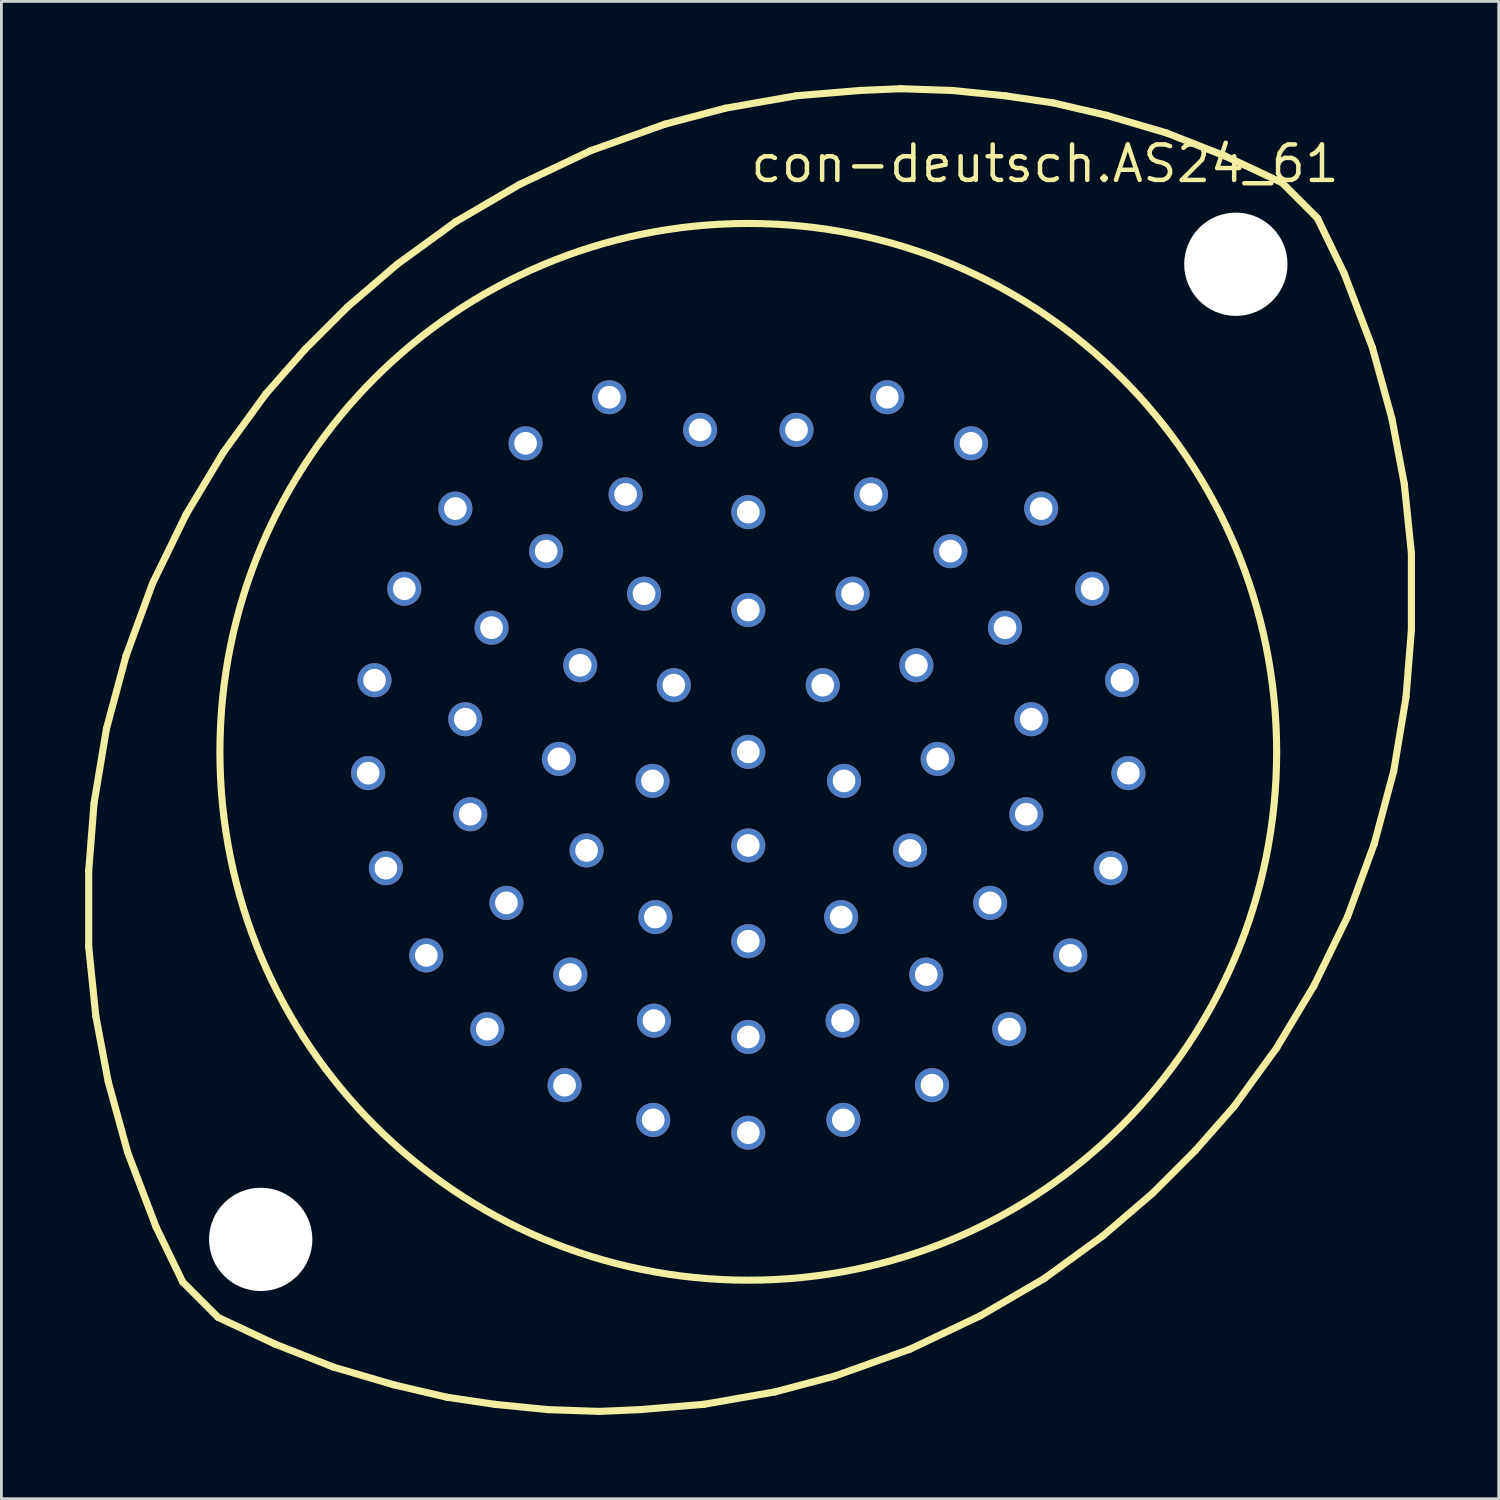
<source format=kicad_pcb>
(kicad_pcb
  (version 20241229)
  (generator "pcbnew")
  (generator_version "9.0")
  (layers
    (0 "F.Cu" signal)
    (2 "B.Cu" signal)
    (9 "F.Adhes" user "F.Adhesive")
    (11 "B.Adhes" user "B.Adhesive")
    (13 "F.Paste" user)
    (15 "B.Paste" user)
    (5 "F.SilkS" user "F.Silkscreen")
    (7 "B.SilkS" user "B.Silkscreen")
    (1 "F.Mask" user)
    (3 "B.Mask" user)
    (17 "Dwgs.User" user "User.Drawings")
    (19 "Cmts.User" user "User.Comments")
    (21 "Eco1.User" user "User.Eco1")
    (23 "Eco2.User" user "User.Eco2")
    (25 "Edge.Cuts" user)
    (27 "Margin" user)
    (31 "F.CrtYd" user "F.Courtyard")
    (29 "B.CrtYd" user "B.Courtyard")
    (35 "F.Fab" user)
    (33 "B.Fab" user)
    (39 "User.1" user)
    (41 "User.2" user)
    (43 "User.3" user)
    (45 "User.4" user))
  (footprint "con-deutsch.AS24_61"
    (layer "F.Cu")
    (at 23.749 23.876)
    (property "Reference" "con-deutsch.AS24_61" (at 0 -20.32 0) (layer "F.SilkS") (effects (font (size 1.27 1.27) (thickness 0.16)) (justify left bottom)))
    (attr through_hole)
    (fp_line (start -23.622 4.255) (end -23.431 1.841) (stroke (width 0.254) (type default)) (layer "F.SilkS"))
    (fp_line (start -23.622 6.985) (end -23.622 4.255) (stroke (width 0.254) (type default)) (layer "F.SilkS"))
    (fp_line (start -23.431 1.841) (end -22.987 -0.826) (stroke (width 0.254) (type default)) (layer "F.SilkS"))
    (fp_line (start -23.368 9.461) (end -23.622 6.985) (stroke (width 0.254) (type default)) (layer "F.SilkS"))
    (fp_line (start -22.987 -0.826) (end -22.288 -3.429) (stroke (width 0.254) (type default)) (layer "F.SilkS"))
    (fp_line (start -22.924 11.811) (end -23.368 9.461) (stroke (width 0.254) (type default)) (layer "F.SilkS"))
    (fp_line (start -22.288 -3.429) (end -21.336 -6.032) (stroke (width 0.254) (type default)) (layer "F.SilkS"))
    (fp_line (start -22.225 14.351) (end -22.924 11.811) (stroke (width 0.254) (type default)) (layer "F.SilkS"))
    (fp_line (start -21.336 -6.032) (end -20.13 -8.509) (stroke (width 0.254) (type default)) (layer "F.SilkS"))
    (fp_line (start -21.209 17.018) (end -22.225 14.351) (stroke (width 0.254) (type default)) (layer "F.SilkS"))
    (fp_line (start -20.256 18.986) (end -21.209 17.018) (stroke (width 0.254) (type default)) (layer "F.SilkS"))
    (fp_line (start -20.256 18.986) (end -18.986 20.256) (stroke (width 0.254) (type default)) (layer "F.SilkS"))
    (fp_line (start -20.13 -8.509) (end -18.796 -10.732) (stroke (width 0.254) (type default)) (layer "F.SilkS"))
    (fp_line (start -18.796 -10.732) (end -17.272 -12.827) (stroke (width 0.254) (type default)) (layer "F.SilkS"))
    (fp_line (start -17.272 -12.827) (end -15.875 -14.415) (stroke (width 0.254) (type default)) (layer "F.SilkS"))
    (fp_line (start -16.954 21.209) (end -18.986 20.256) (stroke (width 0.254) (type default)) (layer "F.SilkS"))
    (fp_line (start -15.875 -14.415) (end -14.351 -15.938) (stroke (width 0.254) (type default)) (layer "F.SilkS"))
    (fp_line (start -14.859 22.035) (end -16.954 21.209) (stroke (width 0.254) (type default)) (layer "F.SilkS"))
    (fp_line (start -14.351 -15.938) (end -12.573 -17.462) (stroke (width 0.254) (type default)) (layer "F.SilkS"))
    (fp_line (start -12.7 22.669) (end -14.859 22.035) (stroke (width 0.254) (type default)) (layer "F.SilkS"))
    (fp_line (start -12.573 -17.462) (end -10.477 -18.986) (stroke (width 0.254) (type default)) (layer "F.SilkS"))
    (fp_line (start -10.795 23.114) (end -12.7 22.669) (stroke (width 0.254) (type default)) (layer "F.SilkS"))
    (fp_line (start -10.477 -18.986) (end -8.191 -20.32) (stroke (width 0.254) (type default)) (layer "F.SilkS"))
    (fp_line (start -9.081 23.368) (end -10.795 23.114) (stroke (width 0.254) (type default)) (layer "F.SilkS"))
    (fp_line (start -8.191 -20.32) (end -5.652 -21.526) (stroke (width 0.254) (type default)) (layer "F.SilkS"))
    (fp_line (start -7.176 23.558) (end -9.081 23.368) (stroke (width 0.254) (type default)) (layer "F.SilkS"))
    (fp_line (start -5.652 -21.526) (end -2.985 -22.479) (stroke (width 0.254) (type default)) (layer "F.SilkS"))
    (fp_line (start -5.334 23.622) (end -7.176 23.558) (stroke (width 0.254) (type default)) (layer "F.SilkS"))
    (fp_line (start -3.873 23.558) (end -5.334 23.622) (stroke (width 0.254) (type default)) (layer "F.SilkS"))
    (fp_line (start -2.985 -22.479) (end -0.826 -23.05) (stroke (width 0.254) (type default)) (layer "F.SilkS"))
    (fp_line (start -1.587 23.368) (end -3.873 23.558) (stroke (width 0.254) (type default)) (layer "F.SilkS"))
    (fp_line (start -0.826 -23.05) (end 1.714 -23.495) (stroke (width 0.254) (type default)) (layer "F.SilkS"))
    (fp_line (start 0.953 22.924) (end -1.587 23.368) (stroke (width 0.254) (type default)) (layer "F.SilkS"))
    (fp_line (start 1.714 -23.495) (end 4 -23.686) (stroke (width 0.254) (type default)) (layer "F.SilkS"))
    (fp_line (start 3.111 22.352) (end 0.953 22.924) (stroke (width 0.254) (type default)) (layer "F.SilkS"))
    (fp_line (start 4 -23.686) (end 5.461 -23.749) (stroke (width 0.254) (type default)) (layer "F.SilkS"))
    (fp_line (start 5.461 -23.749) (end 7.303 -23.686) (stroke (width 0.254) (type default)) (layer "F.SilkS"))
    (fp_line (start 5.779 21.399) (end 3.111 22.352) (stroke (width 0.254) (type default)) (layer "F.SilkS"))
    (fp_line (start 7.303 -23.686) (end 9.207 -23.495) (stroke (width 0.254) (type default)) (layer "F.SilkS"))
    (fp_line (start 8.319 20.193) (end 5.779 21.399) (stroke (width 0.254) (type default)) (layer "F.SilkS"))
    (fp_line (start 9.207 -23.495) (end 10.922 -23.241) (stroke (width 0.254) (type default)) (layer "F.SilkS"))
    (fp_line (start 10.604 18.86) (end 8.319 20.193) (stroke (width 0.254) (type default)) (layer "F.SilkS"))
    (fp_line (start 10.922 -23.241) (end 12.827 -22.797) (stroke (width 0.254) (type default)) (layer "F.SilkS"))
    (fp_line (start 12.7 17.335) (end 10.604 18.86) (stroke (width 0.254) (type default)) (layer "F.SilkS"))
    (fp_line (start 12.827 -22.797) (end 14.986 -22.162) (stroke (width 0.254) (type default)) (layer "F.SilkS"))
    (fp_line (start 14.478 15.812) (end 12.7 17.335) (stroke (width 0.254) (type default)) (layer "F.SilkS"))
    (fp_line (start 14.986 -22.162) (end 17.081 -21.336) (stroke (width 0.254) (type default)) (layer "F.SilkS"))
    (fp_line (start 16.002 14.287) (end 14.478 15.812) (stroke (width 0.254) (type default)) (layer "F.SilkS"))
    (fp_line (start 17.081 -21.336) (end 19.113 -20.384) (stroke (width 0.254) (type default)) (layer "F.SilkS"))
    (fp_line (start 17.399 12.7) (end 16.002 14.287) (stroke (width 0.254) (type default)) (layer "F.SilkS"))
    (fp_line (start 18.923 10.604) (end 17.399 12.7) (stroke (width 0.254) (type default)) (layer "F.SilkS"))
    (fp_line (start 19.113 -20.384) (end 20.384 -19.113) (stroke (width 0.254) (type default)) (layer "F.SilkS"))
    (fp_line (start 20.256 8.382) (end 18.923 10.604) (stroke (width 0.254) (type default)) (layer "F.SilkS"))
    (fp_line (start 20.384 -19.113) (end 21.336 -17.145) (stroke (width 0.254) (type default)) (layer "F.SilkS"))
    (fp_line (start 21.336 -17.145) (end 22.352 -14.478) (stroke (width 0.254) (type default)) (layer "F.SilkS"))
    (fp_line (start 21.463 5.905) (end 20.256 8.382) (stroke (width 0.254) (type default)) (layer "F.SilkS"))
    (fp_line (start 22.352 -14.478) (end 23.05 -11.938) (stroke (width 0.254) (type default)) (layer "F.SilkS"))
    (fp_line (start 22.416 3.302) (end 21.463 5.905) (stroke (width 0.254) (type default)) (layer "F.SilkS"))
    (fp_line (start 23.05 -11.938) (end 23.495 -9.588) (stroke (width 0.254) (type default)) (layer "F.SilkS"))
    (fp_line (start 23.114 0.699) (end 22.416 3.302) (stroke (width 0.254) (type default)) (layer "F.SilkS"))
    (fp_line (start 23.495 -9.588) (end 23.749 -7.112) (stroke (width 0.254) (type default)) (layer "F.SilkS"))
    (fp_line (start 23.558 -1.968) (end 23.114 0.699) (stroke (width 0.254) (type default)) (layer "F.SilkS"))
    (fp_line (start 23.749 -7.112) (end 23.749 -4.381) (stroke (width 0.254) (type default)) (layer "F.SilkS"))
    (fp_line (start 23.749 -4.381) (end 23.558 -1.968) (stroke (width 0.254) (type default)) (layer "F.SilkS"))
    (fp_circle (center 0 0) (end 18.923 0) (stroke (width 0.254) (type default)) (fill no) (layer "F.SilkS"))
    (pad "" np_thru_hole circle (at -17.462 17.462) (size 3.7 3.7) (drill 3.7) (layers "*.Cu" "*.Mask"))
    (pad "" np_thru_hole circle (at 17.462 -17.462) (size 3.7 3.7) (drill 3.7) (layers "*.Cu" "*.Mask"))
    (pad "A" thru_hole circle (at 4.978 -12.7) (size 1.219 1.219) (drill 0.813) (layers "*.Cu" "*.Mask"))
    (pad "A'" thru_hole circle (at -1.727 -11.532) (size 1.219 1.219) (drill 0.813) (layers "*.Cu" "*.Mask"))
    (pad "AA" thru_hole circle (at 3.327 5.918) (size 1.219 1.219) (drill 0.813) (layers "*.Cu" "*.Mask"))
    (pad "B" thru_hole circle (at 7.976 -11.049) (size 1.219 1.219) (drill 0.813) (layers "*.Cu" "*.Mask"))
    (pad "B'" thru_hole circle (at 1.727 -11.532) (size 1.219 1.219) (drill 0.813) (layers "*.Cu" "*.Mask"))
    (pad "BB" thru_hole circle (at 0 6.782) (size 1.219 1.219) (drill 0.813) (layers "*.Cu" "*.Mask"))
    (pad "C" thru_hole circle (at 10.49 -8.712) (size 1.219 1.219) (drill 0.813) (layers "*.Cu" "*.Mask"))
    (pad "C'" thru_hole circle (at 4.394 -9.22) (size 1.219 1.219) (drill 0.813) (layers "*.Cu" "*.Mask"))
    (pad "CC" thru_hole circle (at -3.327 5.918) (size 1.219 1.219) (drill 0.813) (layers "*.Cu" "*.Mask"))
    (pad "D" thru_hole circle (at 12.319 -5.842) (size 1.219 1.219) (drill 0.813) (layers "*.Cu" "*.Mask"))
    (pad "D'" thru_hole circle (at 7.239 -7.188) (size 1.219 1.219) (drill 0.813) (layers "*.Cu" "*.Mask"))
    (pad "DD" thru_hole circle (at -5.791 3.531) (size 1.219 1.219) (drill 0.813) (layers "*.Cu" "*.Mask"))
    (pad "E" thru_hole circle (at 13.386 -2.565) (size 1.219 1.219) (drill 0.813) (layers "*.Cu" "*.Mask"))
    (pad "E'" thru_hole circle (at 9.195 -4.445) (size 1.219 1.219) (drill 0.813) (layers "*.Cu" "*.Mask"))
    (pad "EE" thru_hole circle (at -6.782 0.254) (size 1.219 1.219) (drill 0.813) (layers "*.Cu" "*.Mask"))
    (pad "F" thru_hole circle (at 13.614 0.762) (size 1.219 1.219) (drill 0.813) (layers "*.Cu" "*.Mask"))
    (pad "F'" thru_hole circle (at 10.135 -1.168) (size 1.219 1.219) (drill 0.813) (layers "*.Cu" "*.Mask"))
    (pad "FF" thru_hole circle (at -6.02 -3.099) (size 1.219 1.219) (drill 0.813) (layers "*.Cu" "*.Mask"))
    (pad "G" thru_hole circle (at 12.979 4.166) (size 1.219 1.219) (drill 0.813) (layers "*.Cu" "*.Mask"))
    (pad "G'" thru_hole circle (at 9.957 2.235) (size 1.219 1.219) (drill 0.813) (layers "*.Cu" "*.Mask"))
    (pad "GG" thru_hole circle (at -3.734 -5.664) (size 1.219 1.219) (drill 0.813) (layers "*.Cu" "*.Mask"))
    (pad "H" thru_hole circle (at 11.532 7.29) (size 1.219 1.219) (drill 0.813) (layers "*.Cu" "*.Mask"))
    (pad "H'" thru_hole circle (at 8.661 5.41) (size 1.219 1.219) (drill 0.813) (layers "*.Cu" "*.Mask"))
    (pad "HH" thru_hole circle (at 0 -5.08) (size 1.219 1.219) (drill 0.813) (layers "*.Cu" "*.Mask"))
    (pad "I'" thru_hole circle (at 6.375 7.976) (size 1.219 1.219) (drill 0.813) (layers "*.Cu" "*.Mask"))
    (pad "J" thru_hole circle (at 9.347 9.931) (size 1.219 1.219) (drill 0.813) (layers "*.Cu" "*.Mask"))
    (pad "J'" thru_hole circle (at 3.378 9.627) (size 1.219 1.219) (drill 0.813) (layers "*.Cu" "*.Mask"))
    (pad "JJ" thru_hole circle (at 2.667 -2.388) (size 1.219 1.219) (drill 0.813) (layers "*.Cu" "*.Mask"))
    (pad "K" thru_hole circle (at 6.579 11.938) (size 1.219 1.219) (drill 0.813) (layers "*.Cu" "*.Mask"))
    (pad "K'" thru_hole circle (at 0 10.211) (size 1.219 1.219) (drill 0.813) (layers "*.Cu" "*.Mask"))
    (pad "KK" thru_hole circle (at 3.429 1.041) (size 1.219 1.219) (drill 0.813) (layers "*.Cu" "*.Mask"))
    (pad "L" thru_hole circle (at 3.404 13.183) (size 1.219 1.219) (drill 0.813) (layers "*.Cu" "*.Mask"))
    (pad "LL" thru_hole circle (at 0 3.353) (size 1.219 1.219) (drill 0.813) (layers "*.Cu" "*.Mask"))
    (pad "M" thru_hole circle (at 0 13.64) (size 1.219 1.219) (drill 0.813) (layers "*.Cu" "*.Mask"))
    (pad "M'" thru_hole circle (at -3.378 9.627) (size 1.219 1.219) (drill 0.813) (layers "*.Cu" "*.Mask"))
    (pad "MM" thru_hole circle (at -3.429 1.041) (size 1.219 1.219) (drill 0.813) (layers "*.Cu" "*.Mask"))
    (pad "N" thru_hole circle (at -3.404 13.183) (size 1.219 1.219) (drill 0.813) (layers "*.Cu" "*.Mask"))
    (pad "N'" thru_hole circle (at -6.375 7.976) (size 1.219 1.219) (drill 0.813) (layers "*.Cu" "*.Mask"))
    (pad "NN" thru_hole circle (at -2.667 -2.388) (size 1.219 1.219) (drill 0.813) (layers "*.Cu" "*.Mask"))
    (pad "P" thru_hole circle (at -6.579 11.938) (size 1.219 1.219) (drill 0.813) (layers "*.Cu" "*.Mask"))
    (pad "P'" thru_hole circle (at -8.661 5.41) (size 1.219 1.219) (drill 0.813) (layers "*.Cu" "*.Mask"))
    (pad "PP" thru_hole circle (at 0 0) (size 1.219 1.219) (drill 0.813) (layers "*.Cu" "*.Mask"))
    (pad "Q'" thru_hole circle (at -9.957 2.235) (size 1.219 1.219) (drill 0.813) (layers "*.Cu" "*.Mask"))
    (pad "R" thru_hole circle (at -9.347 9.931) (size 1.219 1.219) (drill 0.813) (layers "*.Cu" "*.Mask"))
    (pad "R'" thru_hole circle (at -10.135 -1.168) (size 1.219 1.219) (drill 0.813) (layers "*.Cu" "*.Mask"))
    (pad "S" thru_hole circle (at -11.532 7.29) (size 1.219 1.219) (drill 0.813) (layers "*.Cu" "*.Mask"))
    (pad "S'" thru_hole circle (at -9.195 -4.445) (size 1.219 1.219) (drill 0.813) (layers "*.Cu" "*.Mask"))
    (pad "T" thru_hole circle (at -12.979 4.166) (size 1.219 1.219) (drill 0.813) (layers "*.Cu" "*.Mask"))
    (pad "T'" thru_hole circle (at -7.239 -7.188) (size 1.219 1.219) (drill 0.813) (layers "*.Cu" "*.Mask"))
    (pad "U" thru_hole circle (at -13.614 0.762) (size 1.219 1.219) (drill 0.813) (layers "*.Cu" "*.Mask"))
    (pad "U'" thru_hole circle (at -4.394 -9.22) (size 1.219 1.219) (drill 0.813) (layers "*.Cu" "*.Mask"))
    (pad "V" thru_hole circle (at -13.386 -2.565) (size 1.219 1.219) (drill 0.813) (layers "*.Cu" "*.Mask"))
    (pad "V'" thru_hole circle (at 0 -8.585) (size 1.219 1.219) (drill 0.813) (layers "*.Cu" "*.Mask"))
    (pad "W" thru_hole circle (at -12.319 -5.842) (size 1.219 1.219) (drill 0.813) (layers "*.Cu" "*.Mask"))
    (pad "W'" thru_hole circle (at 3.734 -5.664) (size 1.219 1.219) (drill 0.813) (layers "*.Cu" "*.Mask"))
    (pad "X" thru_hole circle (at -10.49 -8.712) (size 1.219 1.219) (drill 0.813) (layers "*.Cu" "*.Mask"))
    (pad "X'" thru_hole circle (at 6.02 -3.099) (size 1.219 1.219) (drill 0.813) (layers "*.Cu" "*.Mask"))
    (pad "Y" thru_hole circle (at -7.976 -11.049) (size 1.219 1.219) (drill 0.813) (layers "*.Cu" "*.Mask"))
    (pad "Y'" thru_hole circle (at 6.782 0.254) (size 1.219 1.219) (drill 0.813) (layers "*.Cu" "*.Mask"))
    (pad "Z" thru_hole circle (at -4.978 -12.7) (size 1.219 1.219) (drill 0.813) (layers "*.Cu" "*.Mask"))
    (pad "Z'" thru_hole circle (at 5.791 3.531) (size 1.219 1.219) (drill 0.813) (layers "*.Cu" "*.Mask")))
  (gr_rect
    (start -3 -3)
    (end 50.625 50.625)
    (stroke (width 0.1) (type default))
    (fill no)
    (layer "Edge.Cuts")))
</source>
